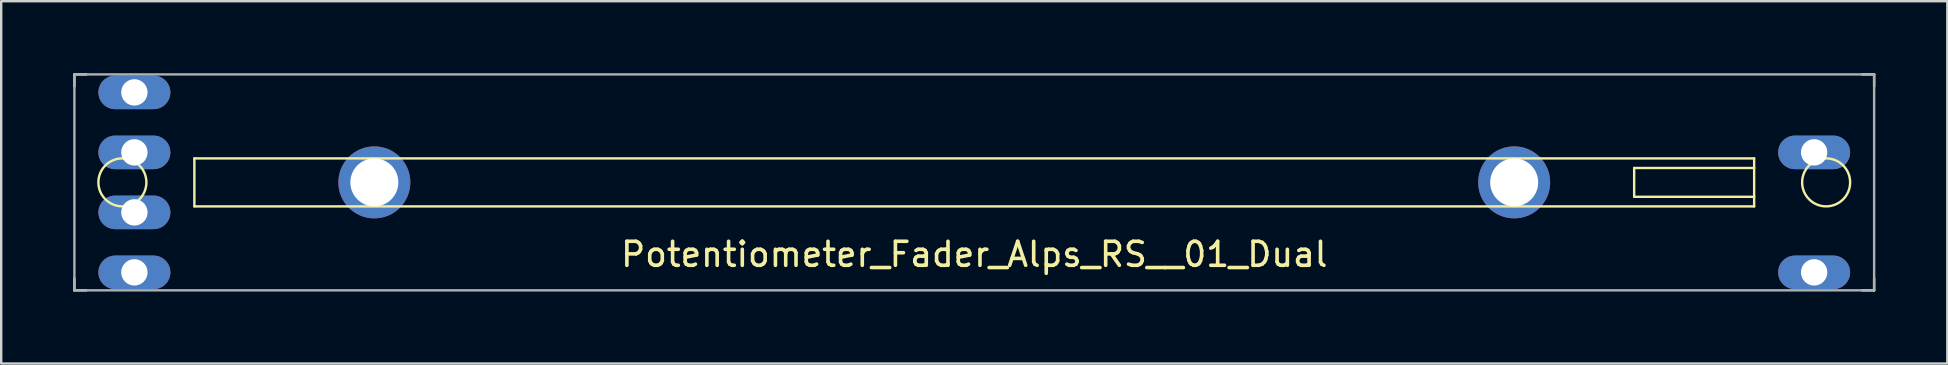
<source format=kicad_pcb>
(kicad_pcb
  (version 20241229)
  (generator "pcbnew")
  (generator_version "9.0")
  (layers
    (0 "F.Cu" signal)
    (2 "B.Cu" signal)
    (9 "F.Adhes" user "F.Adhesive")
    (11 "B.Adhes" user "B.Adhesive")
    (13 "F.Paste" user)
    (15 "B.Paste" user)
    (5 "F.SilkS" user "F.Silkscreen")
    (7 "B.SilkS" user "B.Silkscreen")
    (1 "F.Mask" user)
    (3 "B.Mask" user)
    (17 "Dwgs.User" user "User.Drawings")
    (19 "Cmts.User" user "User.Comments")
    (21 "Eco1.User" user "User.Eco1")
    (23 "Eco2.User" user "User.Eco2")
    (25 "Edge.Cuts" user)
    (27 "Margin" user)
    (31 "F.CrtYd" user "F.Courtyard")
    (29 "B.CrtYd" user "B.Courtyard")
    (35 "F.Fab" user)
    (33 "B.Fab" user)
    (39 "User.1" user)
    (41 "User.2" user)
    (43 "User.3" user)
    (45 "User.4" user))
  (footprint "Potentiometer_Fader_Alps_RS__01_Dual"
    (layer "F.Cu")
    (at 37.55 4.55)
    (property "Reference" "Potentiometer_Fader_Alps_RS__01_Dual" (at 0 3 0) (layer "F.SilkS") (effects (font (size 1 1) (thickness 0.15))))
    (attr through_hole)
    (fp_line (start -37.5 -4.5) (end -37.5 -4) (stroke (width 0.1) (type solid)) (layer "F.SilkS"))
    (fp_line (start -37.5 -4.5) (end -37 -4.5) (stroke (width 0.1) (type solid)) (layer "F.SilkS"))
    (fp_line (start -37.5 4.5) (end -37.5 4) (stroke (width 0.1) (type solid)) (layer "F.SilkS"))
    (fp_line (start -37.5 4.5) (end -37 4.5) (stroke (width 0.1) (type solid)) (layer "F.SilkS"))
    (fp_line (start -32.5 -1) (end 32.5 -1) (stroke (width 0.1) (type solid)) (layer "F.SilkS"))
    (fp_line (start -32.5 1) (end -32.5 -1) (stroke (width 0.1) (type solid)) (layer "F.SilkS"))
    (fp_line (start -32.5 1) (end 32.5 1) (stroke (width 0.1) (type solid)) (layer "F.SilkS"))
    (fp_line (start 27.5 -0.6) (end 32.5 -0.6) (stroke (width 0.1) (type solid)) (layer "F.SilkS"))
    (fp_line (start 27.5 0.6) (end 27.5 -0.6) (stroke (width 0.1) (type solid)) (layer "F.SilkS"))
    (fp_line (start 27.5 0.6) (end 32.5 0.6) (stroke (width 0.1) (type solid)) (layer "F.SilkS"))
    (fp_line (start 32.5 -1) (end 32.5 1) (stroke (width 0.1) (type solid)) (layer "F.SilkS"))
    (fp_line (start 37.5 -4.5) (end 37 -4.5) (stroke (width 0.1) (type solid)) (layer "F.SilkS"))
    (fp_line (start 37.5 -4.5) (end 37.5 -4) (stroke (width 0.1) (type solid)) (layer "F.SilkS"))
    (fp_line (start 37.5 4.5) (end 37 4.5) (stroke (width 0.1) (type solid)) (layer "F.SilkS"))
    (fp_line (start 37.5 4.5) (end 37.5 4) (stroke (width 0.1) (type solid)) (layer "F.SilkS"))
    (fp_circle (center -35.5 0) (end -34.5 0) (stroke (width 0.1) (type solid)) (fill no) (layer "F.SilkS"))
    (fp_circle (center 35.5 0) (end 36.5 0) (stroke (width 0.1) (type solid)) (fill no) (layer "F.SilkS"))
    (fp_line (start -37.5 -4.5) (end 37.5 -4.5) (stroke (width 0.1) (type solid)) (layer "F.Fab"))
    (fp_line (start -37.5 4.5) (end -37.5 -4.5) (stroke (width 0.1) (type solid)) (layer "F.Fab"))
    (fp_line (start 37.5 -4.5) (end 37.5 4.5) (stroke (width 0.1) (type solid)) (layer "F.Fab"))
    (fp_line (start 37.5 4.5) (end -37.5 4.5) (stroke (width 0.1) (type solid)) (layer "F.Fab"))
    (pad "1" thru_hole oval (at -35 -1.25) (size 3 1.4) (drill 1.1) (layers "*.Cu" "*.Mask"))
    (pad "2" thru_hole oval (at -35 -3.75) (size 3 1.4) (drill 1.1) (layers "*.Cu" "*.Mask"))
    (pad "3" thru_hole oval (at 35 -1.25) (size 3 1.4) (drill 1.1) (layers "*.Cu" "*.Mask"))
    (pad "4" thru_hole oval (at -35 3.75) (size 3 1.4) (drill 1.1) (layers "*.Cu" "*.Mask"))
    (pad "5" thru_hole oval (at -35 1.25) (size 3 1.4) (drill 1.1) (layers "*.Cu" "*.Mask"))
    (pad "6" thru_hole oval (at 35 3.75) (size 3 1.4) (drill 1.1) (layers "*.Cu" "*.Mask"))
    (pad "GND" thru_hole circle (at -25 0) (size 3 3) (drill 2) (layers "*.Cu" "*.Mask"))
    (pad "GND" thru_hole circle (at 22.5 0) (size 3 3) (drill 2) (layers "*.Cu" "*.Mask")))
  (gr_rect
    (start -3 -3)
    (end 78.1 12.1)
    (stroke (width 0.1) (type default))
    (fill no)
    (layer "Edge.Cuts")))
</source>
